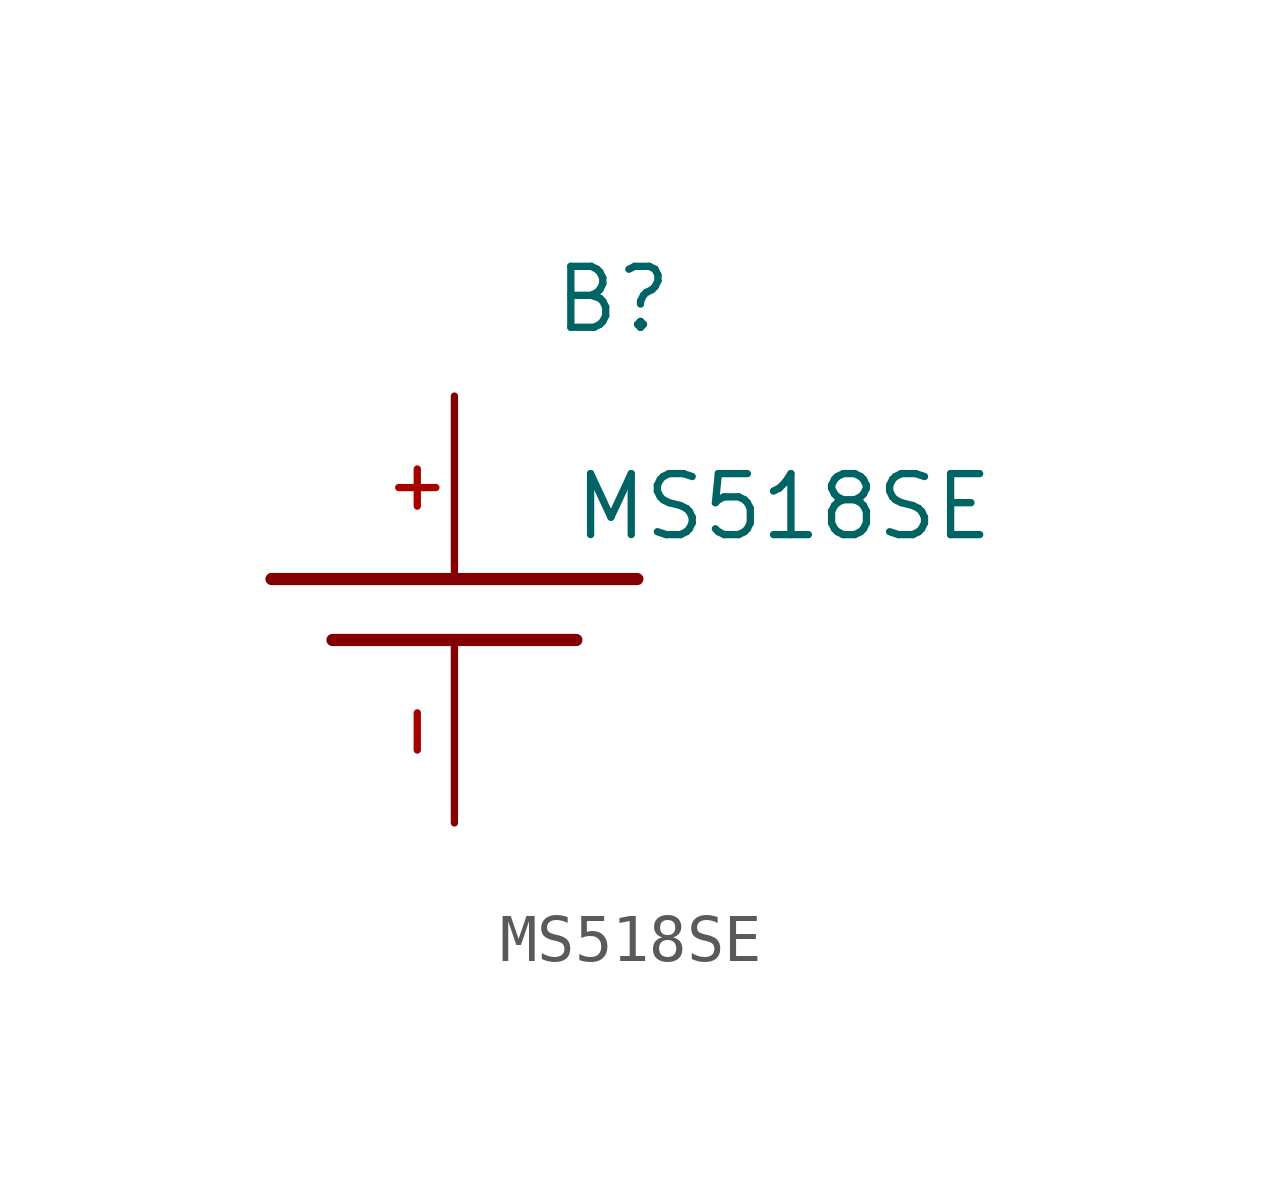
<source format=kicad_sym>
(kicad_symbol_lib
  (version 20231120)
  (generator "kicad_symbol_editor")
  (generator_version "8.0")
  (symbol "MS518SE"
    (pin_names
      (offset 1.016))
    (property "Reference" "B"
      (at 3.302 5.08 0)
      (effects (font (size 1.27 1.27)) (justify bottom)))
    (property "Value" "MS518SE"
      (at 6.858 0.762 0)
      (effects (font (size 1.27 1.27)) (justify bottom)))
    (symbol "MS518SE_0_0"
      (polyline (pts (xy -3.81 0) (xy 3.81 0)) (stroke (width 0.254) (type default)) (fill (type none)))
      (polyline (pts (xy -2.54 -1.27) (xy 2.54 -1.27)) (stroke (width 0.254) (type default)) (fill (type none))))
    (symbol "MS518SE_1_0"
      (pin bidirectional line (at 0 3.81 270) (length 3.81) (name "" (effects (font (size 1.016 1.016)))) (number "+" (effects (font (size 1.016 1.016)))))
      (pin bidirectional line (at 0 -5.08 90) (length 3.81) (name "" (effects (font (size 1.016 1.016)))) (number "-" (effects (font (size 1.016 1.016))))))))
</source>
